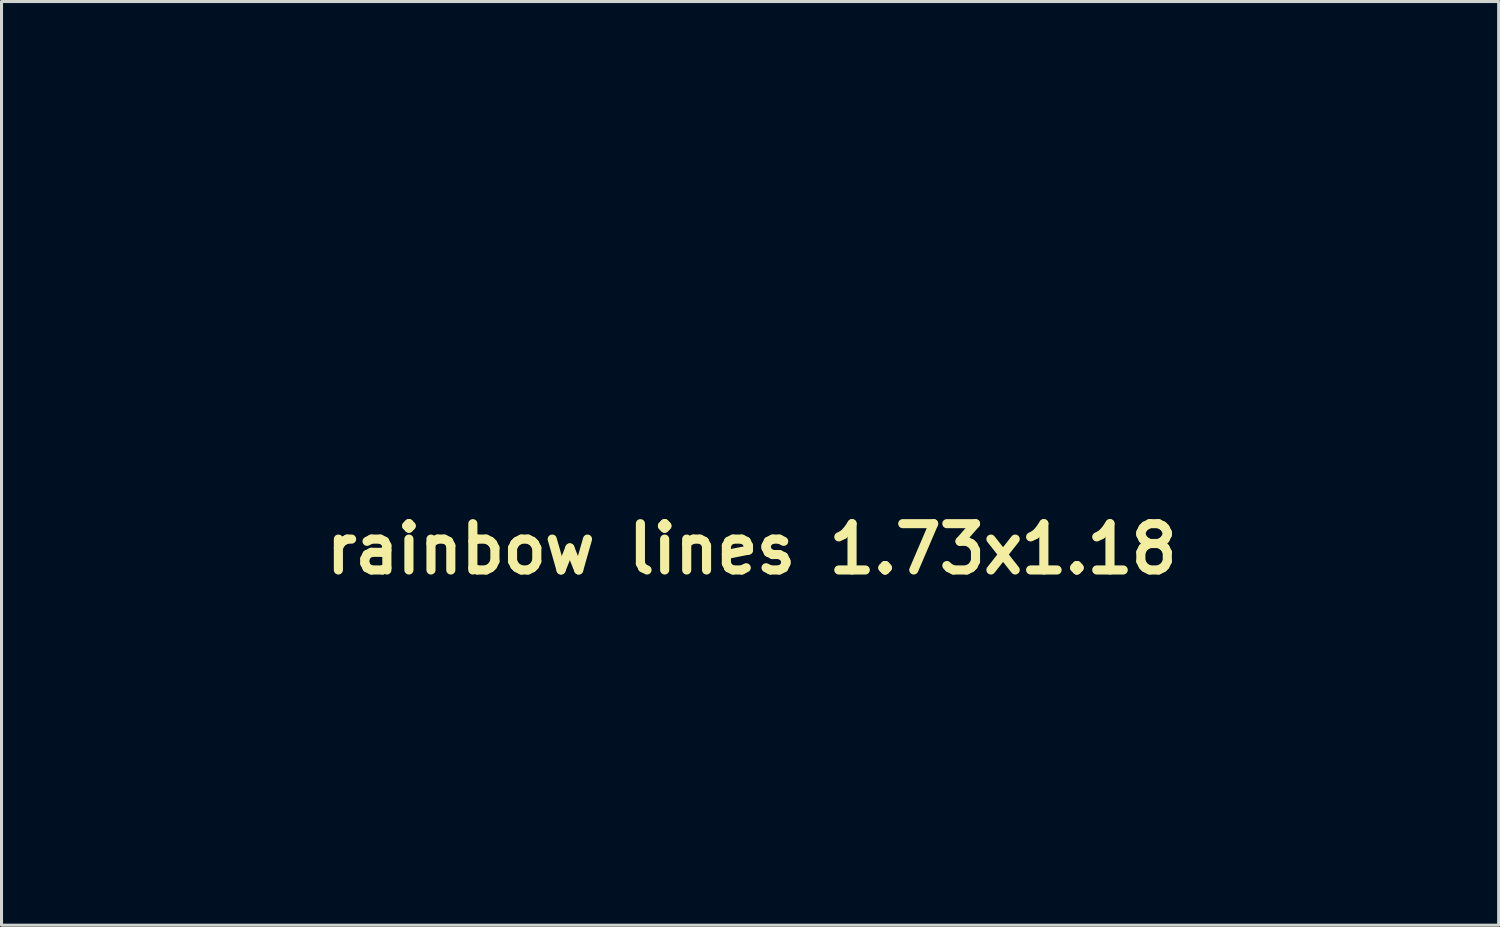
<source format=kicad_pcb>
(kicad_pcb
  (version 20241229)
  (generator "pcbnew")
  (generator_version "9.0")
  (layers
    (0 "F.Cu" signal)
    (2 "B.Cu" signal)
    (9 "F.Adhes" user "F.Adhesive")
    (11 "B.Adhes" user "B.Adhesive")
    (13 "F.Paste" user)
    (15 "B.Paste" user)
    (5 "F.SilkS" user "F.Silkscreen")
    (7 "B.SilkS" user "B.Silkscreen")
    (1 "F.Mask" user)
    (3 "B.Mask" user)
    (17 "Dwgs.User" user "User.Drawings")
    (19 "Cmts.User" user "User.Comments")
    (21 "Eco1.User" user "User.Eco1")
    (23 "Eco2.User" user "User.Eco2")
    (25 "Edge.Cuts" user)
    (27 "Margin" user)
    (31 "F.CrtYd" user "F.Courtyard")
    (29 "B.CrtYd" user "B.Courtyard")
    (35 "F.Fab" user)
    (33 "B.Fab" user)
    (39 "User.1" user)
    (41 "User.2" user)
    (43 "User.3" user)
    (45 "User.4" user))
  (footprint "rainbow lines 1.73x1.18"
    (layer "F.Cu")
    (at 21.696 15.023)
    (property "Reference" "rainbow lines 1.73x1.18" (at 0 0 0) (layer "F.SilkS") (effects (font (size 1.524 1.524) (thickness 0.3))))
    (attr board_only exclude_from_pos_files exclude_from_bom)
    (fp_poly (pts (xy 0.24 3.425) (xy 0.731 3.475) (xy 1.223 3.568) (xy 1.714 3.704) (xy 2.205 3.884) (xy 2.695 4.107) (xy 3.185 4.374) (xy 3.673 4.683) (xy 4.159 5.036) (xy 4.332 5.172) (xy 4.45 5.27) (xy 4.585 5.385) (xy 4.731 5.513) (xy 4.885 5.651) (xy 5.041 5.793) (xy 5.195 5.937) (xy 5.344 6.077) (xy 5.482 6.21) (xy 5.605 6.331) (xy 5.709 6.437) (xy 5.789 6.523) (xy 5.841 6.585) (xy 5.846 6.592) (xy 5.89 6.654) (xy 5.838 6.689) (xy 5.795 6.724) (xy 5.736 6.777) (xy 5.692 6.82) (xy 5.624 6.882) (xy 5.549 6.935) (xy 5.506 6.958) (xy 5.444 6.998) (xy 5.357 7.072) (xy 5.247 7.178) (xy 5.172 7.257) (xy 5.032 7.405) (xy 4.92 7.526) (xy 4.833 7.621) (xy 4.766 7.696) (xy 4.718 7.754) (xy 4.685 7.798) (xy 4.665 7.831) (xy 4.653 7.858) (xy 4.651 7.866) (xy 4.624 7.929) (xy 4.584 7.985) (xy 4.552 8.026) (xy 4.502 8.093) (xy 4.443 8.176) (xy 4.393 8.25) (xy 4.314 8.375) (xy 4.261 8.478) (xy 4.229 8.567) (xy 4.224 8.589) (xy 4.201 8.669) (xy 4.173 8.738) (xy 4.154 8.77) (xy 4.124 8.824) (xy 4.112 8.869) (xy 4.106 8.908) (xy 4.091 8.979) (xy 4.07 9.071) (xy 4.05 9.149) (xy 3.99 9.383) (xy 3.795 9.127) (xy 3.602 8.881) (xy 3.391 8.621) (xy 3.172 8.362) (xy 2.956 8.116) (xy 2.794 7.938) (xy 2.456 7.588) (xy 2.128 7.28) (xy 1.808 7.011) (xy 1.495 6.781) (xy 1.187 6.589) (xy 0.883 6.433) (xy 0.58 6.313) (xy 0.277 6.226) (xy 0.208 6.211) (xy 0.094 6.196) (xy -0.049 6.187) (xy -0.207 6.186) (xy -0.368 6.191) (xy -0.515 6.203) (xy -0.637 6.222) (xy -0.642 6.223) (xy -0.951 6.309) (xy -1.267 6.437) (xy -1.587 6.604) (xy -1.907 6.808) (xy -2.224 7.049) (xy -2.33 7.138) (xy -2.526 7.314) (xy -2.738 7.519) (xy -2.962 7.746) (xy -3.189 7.987) (xy -3.413 8.235) (xy -3.626 8.483) (xy -3.823 8.723) (xy -3.993 8.943) (xy -4.049 9.014) (xy -4.086 9.049) (xy -4.106 9.051) (xy -4.113 9.02) (xy -4.113 9.014) (xy -4.121 8.975) (xy -4.141 8.908) (xy -4.171 8.822) (xy -4.191 8.768) (xy -4.228 8.669) (xy -4.261 8.575) (xy -4.285 8.499) (xy -4.291 8.474) (xy -4.324 8.393) (xy -4.367 8.347) (xy -4.402 8.317) (xy -4.409 8.293) (xy -4.414 8.266) (xy -4.432 8.246) (xy -4.46 8.212) (xy -4.497 8.153) (xy -4.532 8.088) (xy -4.583 7.995) (xy -4.643 7.894) (xy -4.681 7.835) (xy -4.74 7.746) (xy -4.804 7.649) (xy -4.841 7.592) (xy -4.916 7.491) (xy -5.016 7.376) (xy -5.132 7.257) (xy -5.221 7.175) (xy -5.276 7.12) (xy -5.332 7.054) (xy -5.343 7.04) (xy -5.404 6.979) (xy -5.486 6.925) (xy -5.512 6.912) (xy -5.573 6.882) (xy -5.613 6.858) (xy -5.623 6.849) (xy -5.639 6.83) (xy -5.682 6.795) (xy -5.743 6.75) (xy -5.745 6.749) (xy -5.807 6.706) (xy -5.857 6.673) (xy -5.893 6.644) (xy -5.913 6.616) (xy -5.916 6.584) (xy -5.899 6.545) (xy -5.861 6.494) (xy -5.8 6.427) (xy -5.714 6.341) (xy -5.602 6.23) (xy -5.469 6.099) (xy -5.097 5.738) (xy -4.74 5.413) (xy -4.392 5.121) (xy -4.05 4.856) (xy -3.709 4.617) (xy -3.363 4.4) (xy -3.008 4.2) (xy -2.691 4.039) (xy -2.206 3.828) (xy -1.72 3.66) (xy -1.231 3.536) (xy -0.742 3.456) (xy -0.252 3.418)) (stroke (width 0) (type solid)) (fill yes) (layer "F.Mask"))
    (fp_poly (pts (xy 0.289 -15.019) (xy 0.828 -14.997) (xy 1.377 -14.959) (xy 1.923 -14.905) (xy 2.458 -14.836) (xy 2.695 -14.799) (xy 3.561 -14.636) (xy 4.417 -14.431) (xy 5.263 -14.185) (xy 6.097 -13.897) (xy 6.919 -13.568) (xy 7.728 -13.199) (xy 8.523 -12.79) (xy 9.304 -12.342) (xy 10.071 -11.856) (xy 10.821 -11.331) (xy 11.555 -10.768) (xy 12.271 -10.169) (xy 12.97 -9.532) (xy 13.65 -8.86) (xy 14.31 -8.151) (xy 14.95 -7.408) (xy 15.569 -6.63) (xy 16.167 -5.818) (xy 16.66 -5.098) (xy 17.246 -4.173) (xy 17.803 -3.217) (xy 18.332 -2.228) (xy 18.832 -1.208) (xy 19.303 -0.158) (xy 19.744 0.922) (xy 20.155 2.03) (xy 20.535 3.166) (xy 20.884 4.328) (xy 21.203 5.517) (xy 21.484 6.703) (xy 21.515 6.845) (xy 21.542 6.971) (xy 21.564 7.077) (xy 21.579 7.156) (xy 21.587 7.202) (xy 21.587 7.211) (xy 21.567 7.201) (xy 21.517 7.164) (xy 21.442 7.102) (xy 21.344 7.018) (xy 21.226 6.913) (xy 21.164 6.858) (xy 21.031 6.746) (xy 20.917 6.668) (xy 20.844 6.631) (xy 20.76 6.59) (xy 20.715 6.552) (xy 20.707 6.533) (xy 20.412 5.343) (xy 20.089 4.181) (xy 19.736 3.047) (xy 19.355 1.944) (xy 18.946 0.87) (xy 18.51 -0.174) (xy 18.045 -1.186) (xy 17.553 -2.167) (xy 17.034 -3.116) (xy 16.488 -4.033) (xy 15.915 -4.917) (xy 15.316 -5.767) (xy 14.69 -6.583) (xy 14.039 -7.365) (xy 13.362 -8.112) (xy 12.92 -8.567) (xy 12.587 -8.896) (xy 12.27 -9.198) (xy 11.963 -9.479) (xy 11.656 -9.748) (xy 11.341 -10.012) (xy 11.009 -10.278) (xy 10.819 -10.426) (xy 10.074 -10.975) (xy 9.316 -11.483) (xy 8.546 -11.95) (xy 7.764 -12.375) (xy 6.97 -12.758) (xy 6.165 -13.098) (xy 5.348 -13.397) (xy 4.521 -13.654) (xy 3.683 -13.868) (xy 2.835 -14.04) (xy 1.977 -14.17) (xy 1.109 -14.257) (xy 0.831 -14.275) (xy 0.367 -14.297) (xy -0.082 -14.304) (xy -0.528 -14.297) (xy -0.984 -14.275) (xy -1.463 -14.238) (xy -1.663 -14.218) (xy -2.509 -14.112) (xy -3.346 -13.963) (xy -4.175 -13.772) (xy -4.994 -13.54) (xy -5.802 -13.266) (xy -6.598 -12.951) (xy -7.383 -12.597) (xy -8.155 -12.203) (xy -8.914 -11.769) (xy -9.658 -11.297) (xy -10.388 -10.786) (xy -11.102 -10.238) (xy -11.799 -9.652) (xy -12.48 -9.03) (xy -13.142 -8.371) (xy -13.787 -7.676) (xy -14.412 -6.946) (xy -15.017 -6.181) (xy -15.601 -5.382) (xy -16.164 -4.549) (xy -16.187 -4.513) (xy -16.758 -3.595) (xy -17.3 -2.647) (xy -17.815 -1.668) (xy -18.303 -0.658) (xy -18.763 0.384) (xy -19.197 1.46) (xy -19.605 2.568) (xy -19.986 3.71) (xy -20.341 4.886) (xy -20.655 6.041) (xy -20.794 6.579) (xy -20.908 6.639) (xy -21.008 6.701) (xy -21.135 6.798) (xy -21.288 6.927) (xy -21.466 7.088) (xy -21.524 7.143) (xy -21.598 7.211) (xy -21.654 7.258) (xy -21.688 7.279) (xy -21.696 7.274) (xy -21.687 7.241) (xy -21.671 7.172) (xy -21.647 7.073) (xy -21.619 6.952) (xy -21.587 6.816) (xy -21.572 6.749) (xy -21.421 6.123) (xy -21.251 5.47) (xy -21.068 4.804) (xy -20.873 4.136) (xy -20.67 3.478) (xy -20.477 2.885) (xy -20.094 1.792) (xy -19.685 0.728) (xy -19.25 -0.308) (xy -18.791 -1.313) (xy -18.307 -2.288) (xy -17.799 -3.232) (xy -17.268 -4.144) (xy -16.714 -5.025) (xy -16.138 -5.872) (xy -15.539 -6.686) (xy -14.919 -7.467) (xy -14.277 -8.213) (xy -13.616 -8.923) (xy -12.934 -9.598) (xy -12.232 -10.237) (xy -11.511 -10.839) (xy -10.772 -11.404) (xy -10.014 -11.93) (xy -9.239 -12.418) (xy -8.446 -12.867) (xy -7.637 -13.276) (xy -7.08 -13.529) (xy -6.271 -13.861) (xy -5.458 -14.149) (xy -4.639 -14.396) (xy -3.811 -14.602) (xy -2.972 -14.767) (xy -2.119 -14.892) (xy -1.249 -14.977) (xy -0.722 -15.009) (xy -0.231 -15.023)) (stroke (width 0) (type solid)) (fill yes) (layer "F.Mask"))
    (fp_poly (pts (xy 0.174 -7.36) (xy 0.388 -7.358) (xy 0.575 -7.354) (xy 0.741 -7.348) (xy 0.895 -7.338) (xy 1.045 -7.324) (xy 1.199 -7.306) (xy 1.364 -7.284) (xy 1.548 -7.255) (xy 1.717 -7.228) (xy 2.402 -7.093) (xy 3.082 -6.915) (xy 3.756 -6.695) (xy 4.424 -6.432) (xy 5.086 -6.127) (xy 5.74 -5.78) (xy 6.387 -5.392) (xy 7.025 -4.964) (xy 7.654 -4.495) (xy 8.274 -3.986) (xy 8.884 -3.438) (xy 9.484 -2.85) (xy 10.073 -2.223) (xy 10.65 -1.558) (xy 11.215 -0.855) (xy 11.767 -0.114) (xy 11.872 0.033) (xy 12.146 0.429) (xy 12.43 0.857) (xy 12.718 1.309) (xy 13.007 1.777) (xy 13.29 2.251) (xy 13.562 2.723) (xy 13.819 3.185) (xy 14.054 3.628) (xy 14.056 3.632) (xy 14.085 3.686) (xy 13.567 3.693) (xy 13.316 3.698) (xy 13.1 3.706) (xy 12.914 3.717) (xy 12.748 3.734) (xy 12.596 3.758) (xy 12.45 3.788) (xy 12.303 3.828) (xy 12.146 3.877) (xy 12.011 3.923) (xy 11.813 3.996) (xy 11.652 4.063) (xy 11.521 4.127) (xy 11.415 4.192) (xy 11.337 4.25) (xy 11.289 4.287) (xy 11.255 4.308) (xy 11.249 4.31) (xy 11.233 4.292) (xy 11.198 4.242) (xy 11.15 4.167) (xy 11.09 4.072) (xy 11.032 3.976) (xy 10.52 3.146) (xy 10.002 2.356) (xy 9.477 1.606) (xy 8.946 0.896) (xy 8.409 0.226) (xy 7.868 -0.402) (xy 7.321 -0.99) (xy 6.769 -1.535) (xy 6.213 -2.039) (xy 5.653 -2.501) (xy 5.09 -2.92) (xy 4.522 -3.296) (xy 3.952 -3.629) (xy 3.617 -3.804) (xy 3.114 -4.039) (xy 2.621 -4.237) (xy 2.13 -4.401) (xy 1.632 -4.533) (xy 1.12 -4.635) (xy 0.795 -4.685) (xy 0.591 -4.707) (xy 0.356 -4.722) (xy 0.099 -4.732) (xy -0.167 -4.735) (xy -0.43 -4.732) (xy -0.68 -4.722) (xy -0.905 -4.706) (xy -1.006 -4.696) (xy -1.58 -4.607) (xy -2.148 -4.48) (xy -2.712 -4.312) (xy -3.272 -4.104) (xy -3.828 -3.854) (xy -4.383 -3.564) (xy -4.938 -3.232) (xy -5.492 -2.858) (xy -6.047 -2.441) (xy -6.604 -1.98) (xy -6.651 -1.939) (xy -6.847 -1.763) (xy -7.064 -1.558) (xy -7.298 -1.329) (xy -7.542 -1.083) (xy -7.79 -0.825) (xy -8.039 -0.56) (xy -8.282 -0.294) (xy -8.514 -0.033) (xy -8.729 0.218) (xy -8.83 0.339) (xy -9.174 0.768) (xy -9.528 1.23) (xy -9.885 1.718) (xy -10.24 2.223) (xy -10.588 2.739) (xy -10.923 3.256) (xy -11.24 3.767) (xy -11.343 3.938) (xy -11.399 4.031) (xy -11.446 4.11) (xy -11.481 4.168) (xy -11.499 4.197) (xy -11.5 4.198) (xy -11.52 4.192) (xy -11.564 4.167) (xy -11.589 4.151) (xy -11.664 4.106) (xy -11.749 4.064) (xy -11.77 4.056) (xy -11.847 4.02) (xy -11.92 3.978) (xy -11.938 3.966) (xy -12.019 3.92) (xy -12.136 3.873) (xy -12.283 3.828) (xy -12.452 3.786) (xy -12.637 3.747) (xy -12.831 3.716) (xy -13.026 3.692) (xy -13.083 3.686) (xy -13.152 3.684) (xy -13.251 3.683) (xy -13.373 3.685) (xy -13.51 3.689) (xy -13.653 3.695) (xy -13.794 3.701) (xy -13.924 3.709) (xy -14.036 3.717) (xy -14.122 3.725) (xy -14.172 3.733) (xy -14.174 3.733) (xy -14.191 3.735) (xy -14.197 3.725) (xy -14.192 3.699) (xy -14.171 3.651) (xy -14.135 3.576) (xy -14.081 3.47) (xy -14.055 3.422) (xy -13.556 2.497) (xy -13.043 1.614) (xy -12.517 0.772) (xy -11.975 -0.031) (xy -11.42 -0.793) (xy -10.849 -1.516) (xy -10.263 -2.199) (xy -9.661 -2.845) (xy -9.043 -3.452) (xy -8.408 -4.022) (xy -8.179 -4.215) (xy -7.557 -4.707) (xy -6.924 -5.159) (xy -6.28 -5.57) (xy -5.628 -5.94) (xy -4.968 -6.269) (xy -4.3 -6.556) (xy -3.625 -6.801) (xy -2.945 -7.003) (xy -2.26 -7.162) (xy -1.838 -7.239) (xy -1.64 -7.27) (xy -1.463 -7.295) (xy -1.3 -7.315) (xy -1.142 -7.331) (xy -0.982 -7.343) (xy -0.812 -7.351) (xy -0.624 -7.357) (xy -0.411 -7.36) (xy -0.164 -7.361) (xy -0.077 -7.361)) (stroke (width 0) (type solid)) (fill yes) (layer "F.Mask")))
  (gr_rect
    (start -3 -3)
    (end 46.283 27.406)
    (stroke (width 0.1) (type default))
    (fill no)
    (layer "Edge.Cuts")))
</source>
